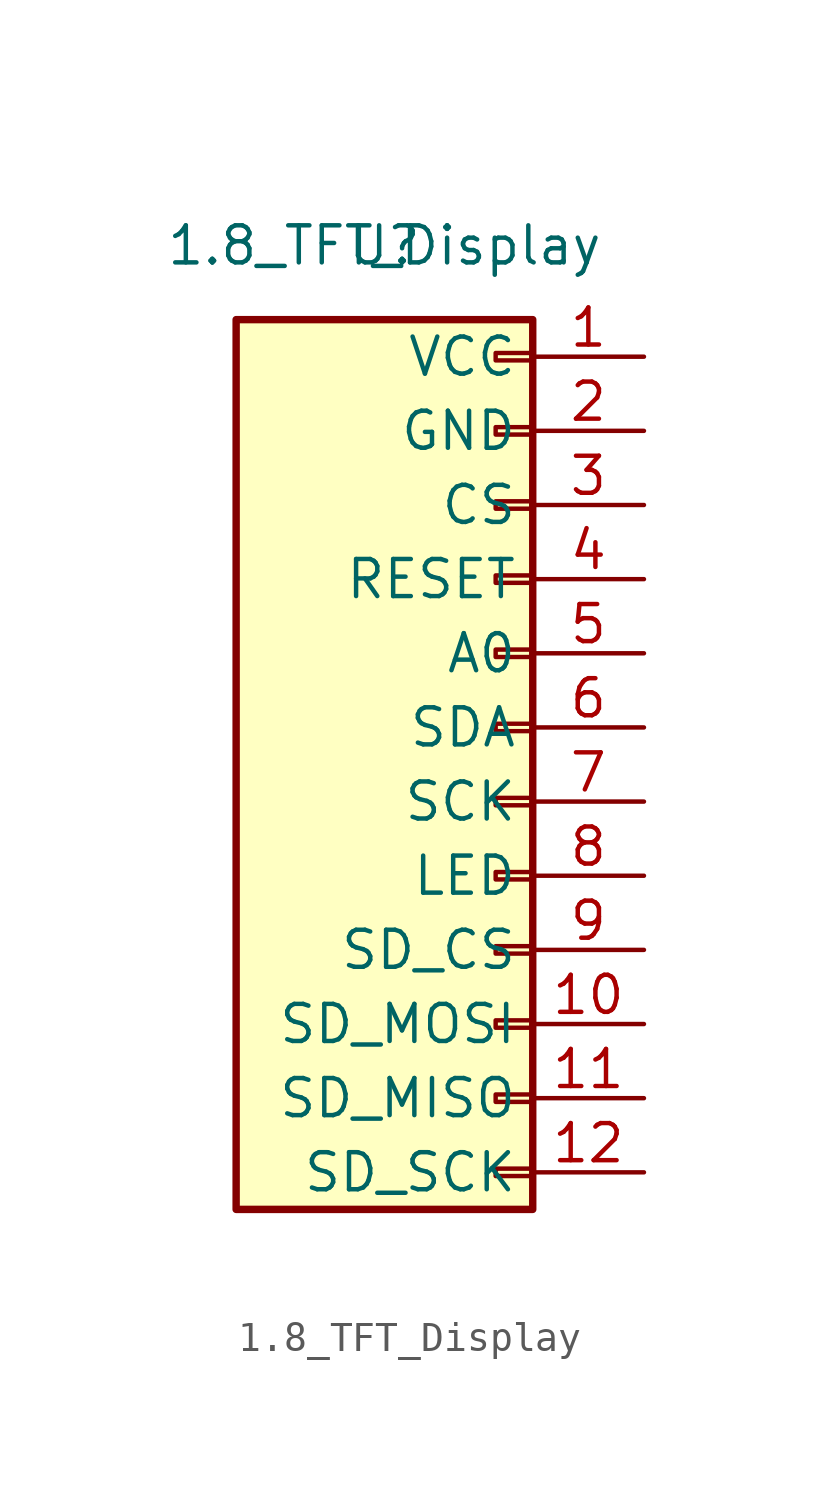
<source format=kicad_sym>
(kicad_symbol_lib
  (version 20211014)
  (generator kicad_symbol_editor)
  (symbol "1.8_TFT_Display"
    (property "Reference" "U"
      (at 0 0 0)
      (effects (font (size 1.27 1.27))))
    (property "Value" "1.8_TFT_Display"
      (at 0 0 0)
      (effects (font (size 1.27 1.27))))
    (symbol "1.8_TFT_Display_1_1"
      (rectangle (start -5.08 -2.54) (end 5.08 -33.02) (stroke (width 0.254) (type default) (color 0 0 0 0)) (fill (type background)))
      (rectangle (start 3.81 -31.877) (end 5.08 -31.623) (stroke (width 0.152) (type default) (color 0 0 0 0)) (fill (type none)))
      (rectangle (start 3.81 -29.337) (end 5.08 -29.083) (stroke (width 0.152) (type default) (color 0 0 0 0)) (fill (type none)))
      (rectangle (start 3.81 -26.797) (end 5.08 -26.543) (stroke (width 0.152) (type default) (color 0 0 0 0)) (fill (type none)))
      (rectangle (start 3.81 -24.257) (end 5.08 -24.003) (stroke (width 0.152) (type default) (color 0 0 0 0)) (fill (type none)))
      (rectangle (start 3.81 -21.717) (end 5.08 -21.463) (stroke (width 0.152) (type default) (color 0 0 0 0)) (fill (type none)))
      (rectangle (start 3.81 -19.177) (end 5.08 -18.923) (stroke (width 0.152) (type default) (color 0 0 0 0)) (fill (type none)))
      (rectangle (start 3.81 -16.637) (end 5.08 -16.383) (stroke (width 0.152) (type default) (color 0 0 0 0)) (fill (type none)))
      (rectangle (start 3.81 -14.097) (end 5.08 -13.843) (stroke (width 0.152) (type default) (color 0 0 0 0)) (fill (type none)))
      (rectangle (start 3.81 -11.557) (end 5.08 -11.303) (stroke (width 0.152) (type default) (color 0 0 0 0)) (fill (type none)))
      (rectangle (start 3.81 -9.017) (end 5.08 -8.763) (stroke (width 0.152) (type default) (color 0 0 0 0)) (fill (type none)))
      (rectangle (start 3.81 -6.477) (end 5.08 -6.223) (stroke (width 0.152) (type default) (color 0 0 0 0)) (fill (type none)))
      (rectangle (start 3.81 -3.937) (end 5.08 -3.683) (stroke (width 0.152) (type default) (color 0 0 0 0)) (fill (type none)))
      (pin passive line (at 8.89 -3.81 180) (length 3.81) (name "VCC" (effects (font (size 1.27 1.27)))) (number "1" (effects (font (size 1.27 1.27)))))
      (pin passive line (at 8.89 -26.67 180) (length 3.81) (name "SD_MOSI" (effects (font (size 1.27 1.27)))) (number "10" (effects (font (size 1.27 1.27)))))
      (pin passive line (at 8.89 -29.21 180) (length 3.81) (name "SD_MISO" (effects (font (size 1.27 1.27)))) (number "11" (effects (font (size 1.27 1.27)))))
      (pin passive line (at 8.89 -31.75 180) (length 3.81) (name "SD_SCK" (effects (font (size 1.27 1.27)))) (number "12" (effects (font (size 1.27 1.27)))))
      (pin passive line (at 8.89 -6.35 180) (length 3.81) (name "GND" (effects (font (size 1.27 1.27)))) (number "2" (effects (font (size 1.27 1.27)))))
      (pin passive line (at 8.89 -8.89 180) (length 3.81) (name "CS" (effects (font (size 1.27 1.27)))) (number "3" (effects (font (size 1.27 1.27)))))
      (pin passive line (at 8.89 -11.43 180) (length 3.81) (name "RESET" (effects (font (size 1.27 1.27)))) (number "4" (effects (font (size 1.27 1.27)))))
      (pin passive line (at 8.89 -13.97 180) (length 3.81) (name "A0" (effects (font (size 1.27 1.27)))) (number "5" (effects (font (size 1.27 1.27)))))
      (pin passive line (at 8.89 -16.51 180) (length 3.81) (name "SDA" (effects (font (size 1.27 1.27)))) (number "6" (effects (font (size 1.27 1.27)))))
      (pin passive line (at 8.89 -19.05 180) (length 3.81) (name "SCK" (effects (font (size 1.27 1.27)))) (number "7" (effects (font (size 1.27 1.27)))))
      (pin passive line (at 8.89 -21.59 180) (length 3.81) (name "LED" (effects (font (size 1.27 1.27)))) (number "8" (effects (font (size 1.27 1.27)))))
      (pin passive line (at 8.89 -24.13 180) (length 3.81) (name "SD_CS" (effects (font (size 1.27 1.27)))) (number "9" (effects (font (size 1.27 1.27))))))))
</source>
